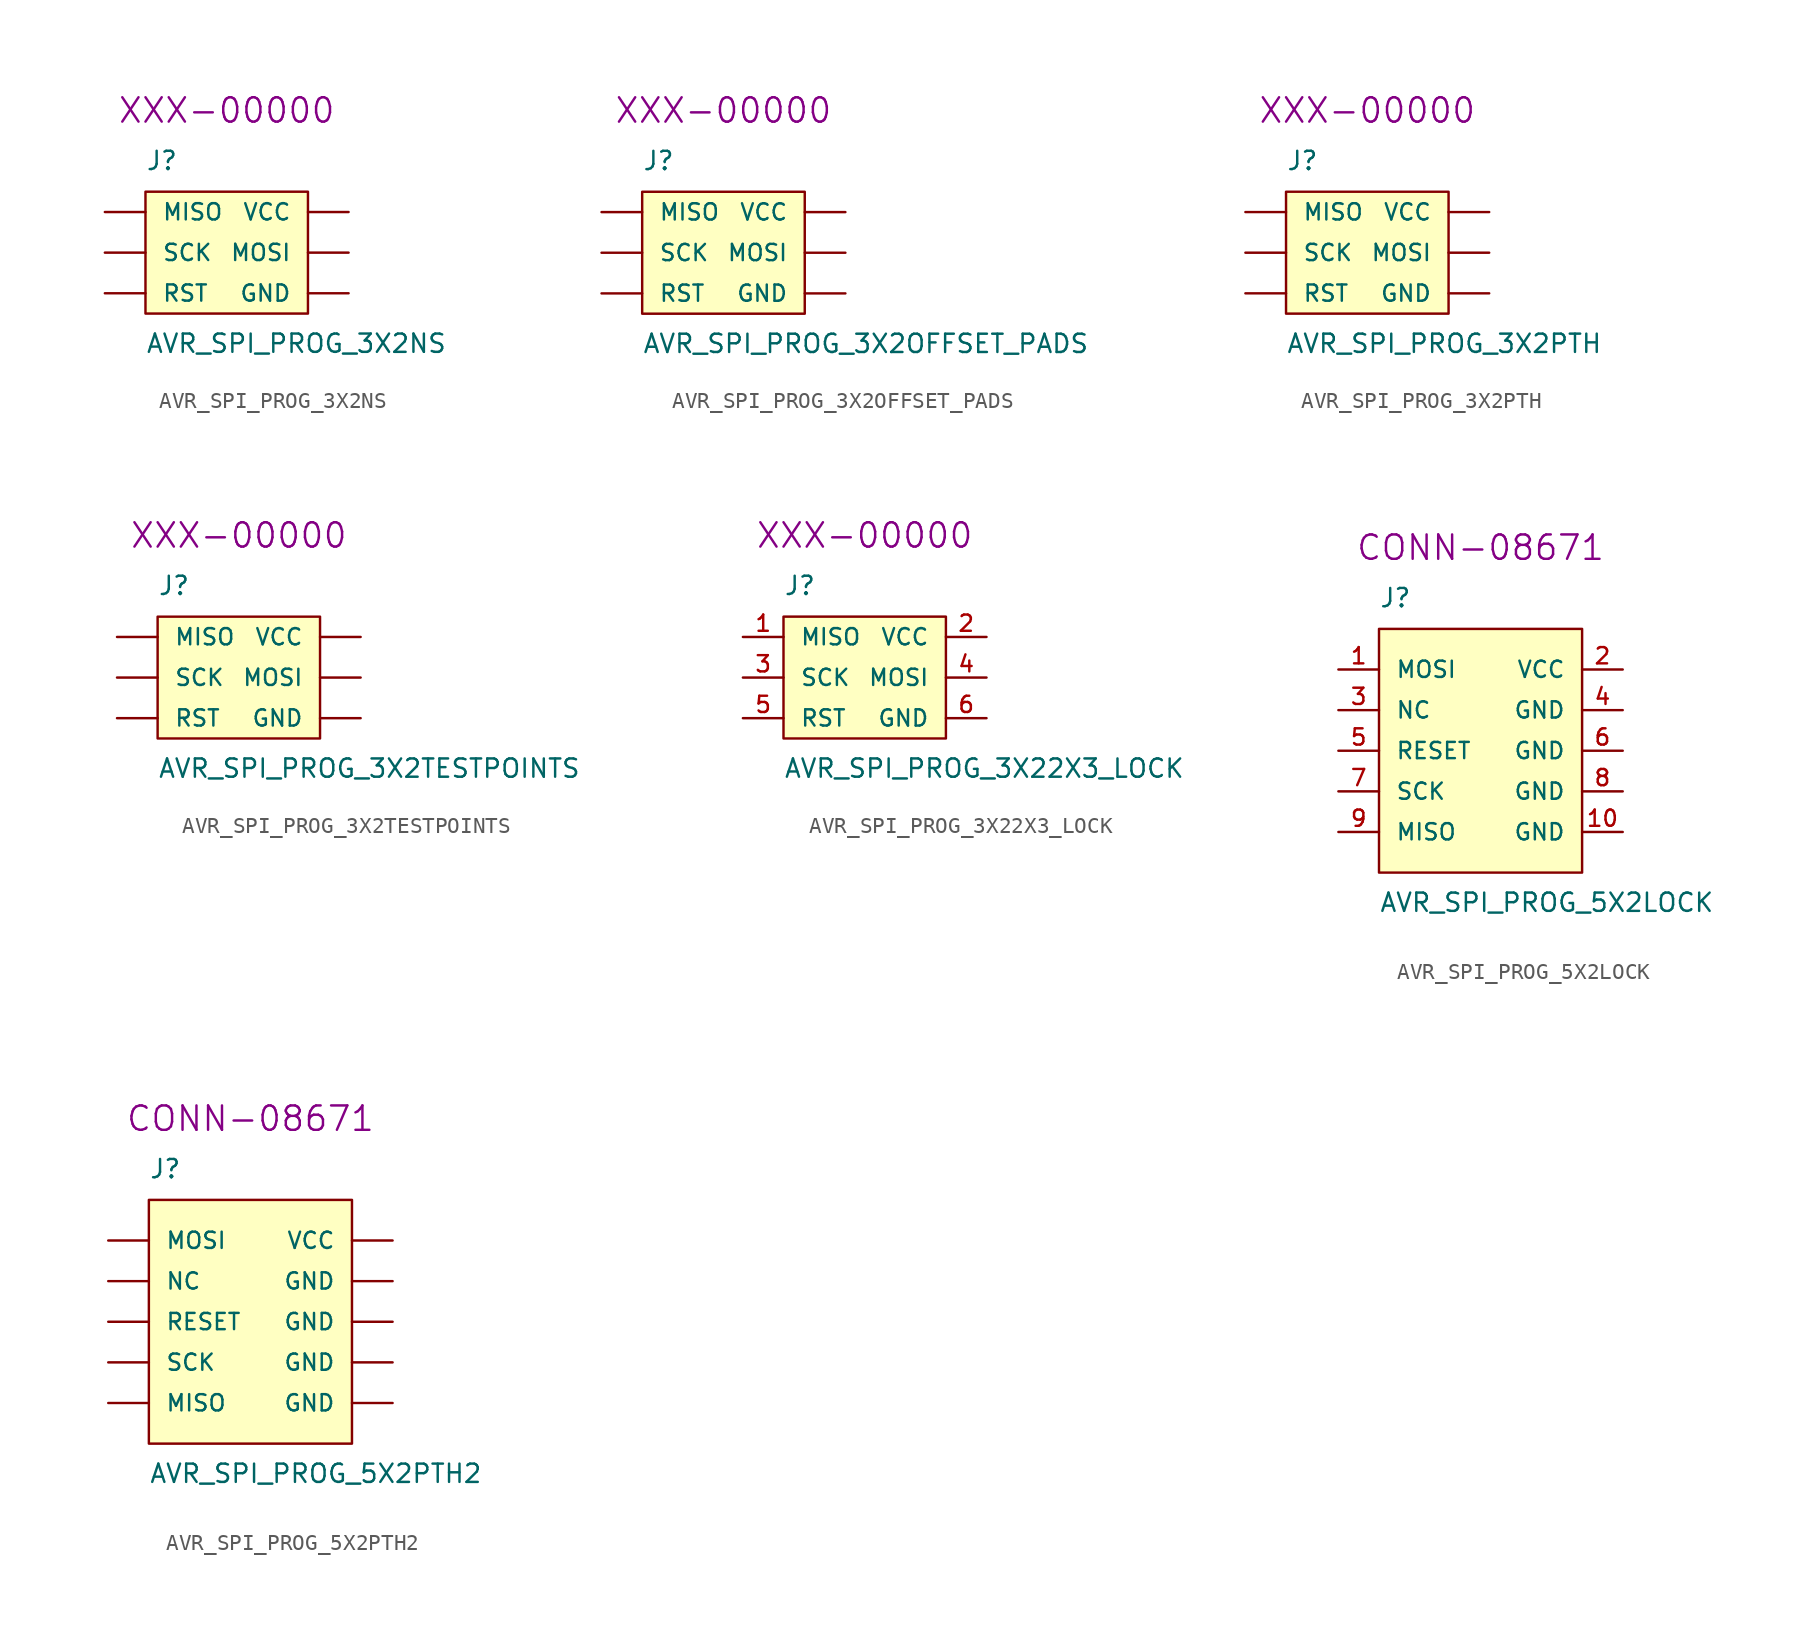
<source format=kicad_sym>
(kicad_symbol_lib
  (version 20201005)
  (generator kicad_symbol_editor)
  (symbol "AVR_SPI_PROG_3X2NS"
    (pin_numbers hide)
    (pin_names
      (offset 1.016))
    (property "Reference" "J"
      (at -5.08 5.08 0)
      (effects (font (size 1.143 1.143)) (justify left bottom)))
    (property "Value" "AVR_SPI_PROG_3X2NS"
      (at -5.08 -6.35 0)
      (effects (font (size 1.143 1.143)) (justify left bottom)))
    (property "Field4" "XXX-00000"
      (at 0 8.89 0)
      (effects (font (size 1.524 1.524))))
    (property "ki_locked" ""
      (at 0 0 0)
      (effects (font (size 1.27 1.27))))
    (symbol "AVR_SPI_PROG_3X2NS_1_1"
      (polyline (pts (xy -5.08 -3.81) (xy 5.08 -3.81) (xy 5.08 3.81) (xy -5.08 3.81) (xy -5.08 -3.81)) (stroke (width 0)) (fill (type background)))
      (pin passive line (at -7.62 2.54 0) (length 2.54) (name "MISO" (effects (font (size 1.016 1.016)))) (number "1" (effects (font (size 1.016 1.016)))))
      (pin passive line (at 7.62 2.54 180) (length 2.54) (name "VCC" (effects (font (size 1.016 1.016)))) (number "2" (effects (font (size 1.016 1.016)))))
      (pin passive line (at -7.62 0 0) (length 2.54) (name "SCK" (effects (font (size 1.016 1.016)))) (number "3" (effects (font (size 1.016 1.016)))))
      (pin passive line (at 7.62 0 180) (length 2.54) (name "MOSI" (effects (font (size 1.016 1.016)))) (number "4" (effects (font (size 1.016 1.016)))))
      (pin passive line (at -7.62 -2.54 0) (length 2.54) (name "RST" (effects (font (size 1.016 1.016)))) (number "5" (effects (font (size 1.016 1.016)))))
      (pin passive line (at 7.62 -2.54 180) (length 2.54) (name "GND" (effects (font (size 1.016 1.016)))) (number "6" (effects (font (size 1.016 1.016)))))))
  (symbol "AVR_SPI_PROG_3X2OFFSET_PADS"
    (pin_numbers hide)
    (pin_names
      (offset 1.016))
    (property "Reference" "J"
      (at -5.08 5.08 0)
      (effects (font (size 1.143 1.143)) (justify left bottom)))
    (property "Value" "AVR_SPI_PROG_3X2OFFSET_PADS"
      (at -5.08 -6.35 0)
      (effects (font (size 1.143 1.143)) (justify left bottom)))
    (property "Field4" "XXX-00000"
      (at 0 8.89 0)
      (effects (font (size 1.524 1.524))))
    (property "ki_locked" ""
      (at 0 0 0)
      (effects (font (size 1.27 1.27))))
    (symbol "AVR_SPI_PROG_3X2OFFSET_PADS_1_1"
      (polyline (pts (xy -5.08 -3.81) (xy 5.08 -3.81) (xy 5.08 3.81) (xy -5.08 3.81) (xy -5.08 -3.81)) (stroke (width 0)) (fill (type background)))
      (pin passive line (at -7.62 2.54 0) (length 2.54) (name "MISO" (effects (font (size 1.016 1.016)))) (number "1" (effects (font (size 1.016 1.016)))))
      (pin passive line (at 7.62 2.54 180) (length 2.54) (name "VCC" (effects (font (size 1.016 1.016)))) (number "2" (effects (font (size 1.016 1.016)))))
      (pin passive line (at -7.62 0 0) (length 2.54) (name "SCK" (effects (font (size 1.016 1.016)))) (number "3" (effects (font (size 1.016 1.016)))))
      (pin passive line (at 7.62 0 180) (length 2.54) (name "MOSI" (effects (font (size 1.016 1.016)))) (number "4" (effects (font (size 1.016 1.016)))))
      (pin passive line (at -7.62 -2.54 0) (length 2.54) (name "RST" (effects (font (size 1.016 1.016)))) (number "5" (effects (font (size 1.016 1.016)))))
      (pin passive line (at 7.62 -2.54 180) (length 2.54) (name "GND" (effects (font (size 1.016 1.016)))) (number "6" (effects (font (size 1.016 1.016)))))))
  (symbol "AVR_SPI_PROG_3X2PTH"
    (pin_numbers hide)
    (pin_names
      (offset 1.016))
    (property "Reference" "J"
      (at -5.08 5.08 0)
      (effects (font (size 1.143 1.143)) (justify left bottom)))
    (property "Value" "AVR_SPI_PROG_3X2PTH"
      (at -5.08 -6.35 0)
      (effects (font (size 1.143 1.143)) (justify left bottom)))
    (property "Field4" "XXX-00000"
      (at 0 8.89 0)
      (effects (font (size 1.524 1.524))))
    (property "ki_locked" ""
      (at 0 0 0)
      (effects (font (size 1.27 1.27))))
    (symbol "AVR_SPI_PROG_3X2PTH_1_1"
      (polyline (pts (xy -5.08 -3.81) (xy 5.08 -3.81) (xy 5.08 3.81) (xy -5.08 3.81) (xy -5.08 -3.81)) (stroke (width 0)) (fill (type background)))
      (pin passive line (at -7.62 2.54 0) (length 2.54) (name "MISO" (effects (font (size 1.016 1.016)))) (number "1" (effects (font (size 1.016 1.016)))))
      (pin passive line (at 7.62 2.54 180) (length 2.54) (name "VCC" (effects (font (size 1.016 1.016)))) (number "2" (effects (font (size 1.016 1.016)))))
      (pin passive line (at -7.62 0 0) (length 2.54) (name "SCK" (effects (font (size 1.016 1.016)))) (number "3" (effects (font (size 1.016 1.016)))))
      (pin passive line (at 7.62 0 180) (length 2.54) (name "MOSI" (effects (font (size 1.016 1.016)))) (number "4" (effects (font (size 1.016 1.016)))))
      (pin passive line (at -7.62 -2.54 0) (length 2.54) (name "RST" (effects (font (size 1.016 1.016)))) (number "5" (effects (font (size 1.016 1.016)))))
      (pin passive line (at 7.62 -2.54 180) (length 2.54) (name "GND" (effects (font (size 1.016 1.016)))) (number "6" (effects (font (size 1.016 1.016)))))))
  (symbol "AVR_SPI_PROG_3X2TESTPOINTS"
    (pin_numbers hide)
    (pin_names
      (offset 1.016))
    (property "Reference" "J"
      (at -5.08 5.08 0)
      (effects (font (size 1.143 1.143)) (justify left bottom)))
    (property "Value" "AVR_SPI_PROG_3X2TESTPOINTS"
      (at -5.08 -6.35 0)
      (effects (font (size 1.143 1.143)) (justify left bottom)))
    (property "Field4" "XXX-00000"
      (at 0 8.89 0)
      (effects (font (size 1.524 1.524))))
    (property "ki_locked" ""
      (at 0 0 0)
      (effects (font (size 1.27 1.27))))
    (symbol "AVR_SPI_PROG_3X2TESTPOINTS_1_1"
      (polyline (pts (xy -5.08 -3.81) (xy 5.08 -3.81) (xy 5.08 3.81) (xy -5.08 3.81) (xy -5.08 -3.81)) (stroke (width 0)) (fill (type background)))
      (pin passive line (at -7.62 2.54 0) (length 2.54) (name "MISO" (effects (font (size 1.016 1.016)))) (number "1" (effects (font (size 1.016 1.016)))))
      (pin passive line (at 7.62 2.54 180) (length 2.54) (name "VCC" (effects (font (size 1.016 1.016)))) (number "2" (effects (font (size 1.016 1.016)))))
      (pin passive line (at -7.62 0 0) (length 2.54) (name "SCK" (effects (font (size 1.016 1.016)))) (number "3" (effects (font (size 1.016 1.016)))))
      (pin passive line (at 7.62 0 180) (length 2.54) (name "MOSI" (effects (font (size 1.016 1.016)))) (number "4" (effects (font (size 1.016 1.016)))))
      (pin passive line (at -7.62 -2.54 0) (length 2.54) (name "RST" (effects (font (size 1.016 1.016)))) (number "5" (effects (font (size 1.016 1.016)))))
      (pin passive line (at 7.62 -2.54 180) (length 2.54) (name "GND" (effects (font (size 1.016 1.016)))) (number "6" (effects (font (size 1.016 1.016)))))))
  (symbol "AVR_SPI_PROG_3X22X3_LOCK"
    (pin_names
      (offset 1.016))
    (property "Reference" "J"
      (at -5.08 5.08 0)
      (effects (font (size 1.143 1.143)) (justify left bottom)))
    (property "Value" "AVR_SPI_PROG_3X22X3_LOCK"
      (at -5.08 -6.35 0)
      (effects (font (size 1.143 1.143)) (justify left bottom)))
    (property "Field4" "XXX-00000"
      (at 0 8.89 0)
      (effects (font (size 1.524 1.524))))
    (symbol "AVR_SPI_PROG_3X22X3_LOCK_1_1"
      (polyline (pts (xy -5.08 -3.81) (xy 5.08 -3.81) (xy 5.08 3.81) (xy -5.08 3.81) (xy -5.08 -3.81)) (stroke (width 0)) (fill (type background)))
      (pin passive line (at -7.62 2.54 0) (length 2.54) (name "MISO" (effects (font (size 1.016 1.016)))) (number "1" (effects (font (size 1.016 1.016)))))
      (pin passive line (at 7.62 2.54 180) (length 2.54) (name "VCC" (effects (font (size 1.016 1.016)))) (number "2" (effects (font (size 1.016 1.016)))))
      (pin passive line (at -7.62 0 0) (length 2.54) (name "SCK" (effects (font (size 1.016 1.016)))) (number "3" (effects (font (size 1.016 1.016)))))
      (pin passive line (at 7.62 0 180) (length 2.54) (name "MOSI" (effects (font (size 1.016 1.016)))) (number "4" (effects (font (size 1.016 1.016)))))
      (pin passive line (at -7.62 -2.54 0) (length 2.54) (name "RST" (effects (font (size 1.016 1.016)))) (number "5" (effects (font (size 1.016 1.016)))))
      (pin passive line (at 7.62 -2.54 180) (length 2.54) (name "GND" (effects (font (size 1.016 1.016)))) (number "6" (effects (font (size 1.016 1.016)))))))
  (symbol "AVR_SPI_PROG_5X2LOCK"
    (pin_names
      (offset 1.016))
    (property "Reference" "J"
      (at -6.35 8.89 0)
      (effects (font (size 1.143 1.143)) (justify left bottom)))
    (property "Value" "AVR_SPI_PROG_5X2LOCK"
      (at -6.35 -10.16 0)
      (effects (font (size 1.143 1.143)) (justify left bottom)))
    (property "Field4" "CONN-08671"
      (at 0 12.7 0)
      (effects (font (size 1.524 1.524))))
    (symbol "AVR_SPI_PROG_5X2LOCK_1_1"
      (polyline (pts (xy -6.35 -7.62) (xy 6.35 -7.62) (xy 6.35 7.62) (xy -6.35 7.62) (xy -6.35 -7.62)) (stroke (width 0)) (fill (type background)))
      (pin passive line (at -8.89 5.08 0) (length 2.54) (name "MOSI" (effects (font (size 1.016 1.016)))) (number "1" (effects (font (size 1.016 1.016)))))
      (pin power_in line (at 8.89 5.08 180) (length 2.54) (name "VCC" (effects (font (size 1.016 1.016)))) (number "2" (effects (font (size 1.016 1.016)))))
      (pin passive line (at -8.89 2.54 0) (length 2.54) (name "NC" (effects (font (size 1.016 1.016)))) (number "3" (effects (font (size 1.016 1.016)))))
      (pin power_in line (at 8.89 2.54 180) (length 2.54) (name "GND" (effects (font (size 1.016 1.016)))) (number "4" (effects (font (size 1.016 1.016)))))
      (pin passive line (at -8.89 0 0) (length 2.54) (name "RESET" (effects (font (size 1.016 1.016)))) (number "5" (effects (font (size 1.016 1.016)))))
      (pin power_in line (at 8.89 0 180) (length 2.54) (name "GND" (effects (font (size 1.016 1.016)))) (number "6" (effects (font (size 1.016 1.016)))))
      (pin passive line (at -8.89 -2.54 0) (length 2.54) (name "SCK" (effects (font (size 1.016 1.016)))) (number "7" (effects (font (size 1.016 1.016)))))
      (pin power_in line (at 8.89 -2.54 180) (length 2.54) (name "GND" (effects (font (size 1.016 1.016)))) (number "8" (effects (font (size 1.016 1.016)))))
      (pin passive line (at -8.89 -5.08 0) (length 2.54) (name "MISO" (effects (font (size 1.016 1.016)))) (number "9" (effects (font (size 1.016 1.016)))))
      (pin power_in line (at 8.89 -5.08 180) (length 2.54) (name "GND" (effects (font (size 1.016 1.016)))) (number "10" (effects (font (size 1.016 1.016)))))))
  (symbol "AVR_SPI_PROG_5X2PTH2"
    (pin_numbers hide)
    (pin_names
      (offset 1.016))
    (property "Reference" "J"
      (at -6.35 8.89 0)
      (effects (font (size 1.143 1.143)) (justify left bottom)))
    (property "Value" "AVR_SPI_PROG_5X2PTH2"
      (at -6.35 -10.16 0)
      (effects (font (size 1.143 1.143)) (justify left bottom)))
    (property "Field4" "CONN-08671"
      (at 0 12.7 0)
      (effects (font (size 1.524 1.524))))
    (property "ki_locked" ""
      (at 0 0 0)
      (effects (font (size 1.27 1.27))))
    (symbol "AVR_SPI_PROG_5X2PTH2_1_1"
      (polyline (pts (xy -6.35 -7.62) (xy 6.35 -7.62) (xy 6.35 7.62) (xy -6.35 7.62) (xy -6.35 -7.62)) (stroke (width 0)) (fill (type background)))
      (pin passive line (at -8.89 5.08 0) (length 2.54) (name "MOSI" (effects (font (size 1.016 1.016)))) (number "1" (effects (font (size 1.016 1.016)))))
      (pin power_in line (at 8.89 5.08 180) (length 2.54) (name "VCC" (effects (font (size 1.016 1.016)))) (number "2" (effects (font (size 1.016 1.016)))))
      (pin passive line (at -8.89 2.54 0) (length 2.54) (name "NC" (effects (font (size 1.016 1.016)))) (number "3" (effects (font (size 1.016 1.016)))))
      (pin power_in line (at 8.89 2.54 180) (length 2.54) (name "GND" (effects (font (size 1.016 1.016)))) (number "4" (effects (font (size 1.016 1.016)))))
      (pin passive line (at -8.89 0 0) (length 2.54) (name "RESET" (effects (font (size 1.016 1.016)))) (number "5" (effects (font (size 1.016 1.016)))))
      (pin power_in line (at 8.89 0 180) (length 2.54) (name "GND" (effects (font (size 1.016 1.016)))) (number "6" (effects (font (size 1.016 1.016)))))
      (pin passive line (at -8.89 -2.54 0) (length 2.54) (name "SCK" (effects (font (size 1.016 1.016)))) (number "7" (effects (font (size 1.016 1.016)))))
      (pin power_in line (at 8.89 -2.54 180) (length 2.54) (name "GND" (effects (font (size 1.016 1.016)))) (number "8" (effects (font (size 1.016 1.016)))))
      (pin passive line (at -8.89 -5.08 0) (length 2.54) (name "MISO" (effects (font (size 1.016 1.016)))) (number "9" (effects (font (size 1.016 1.016)))))
      (pin power_in line (at 8.89 -5.08 180) (length 2.54) (name "GND" (effects (font (size 1.016 1.016)))) (number "10" (effects (font (size 1.016 1.016))))))))
</source>
